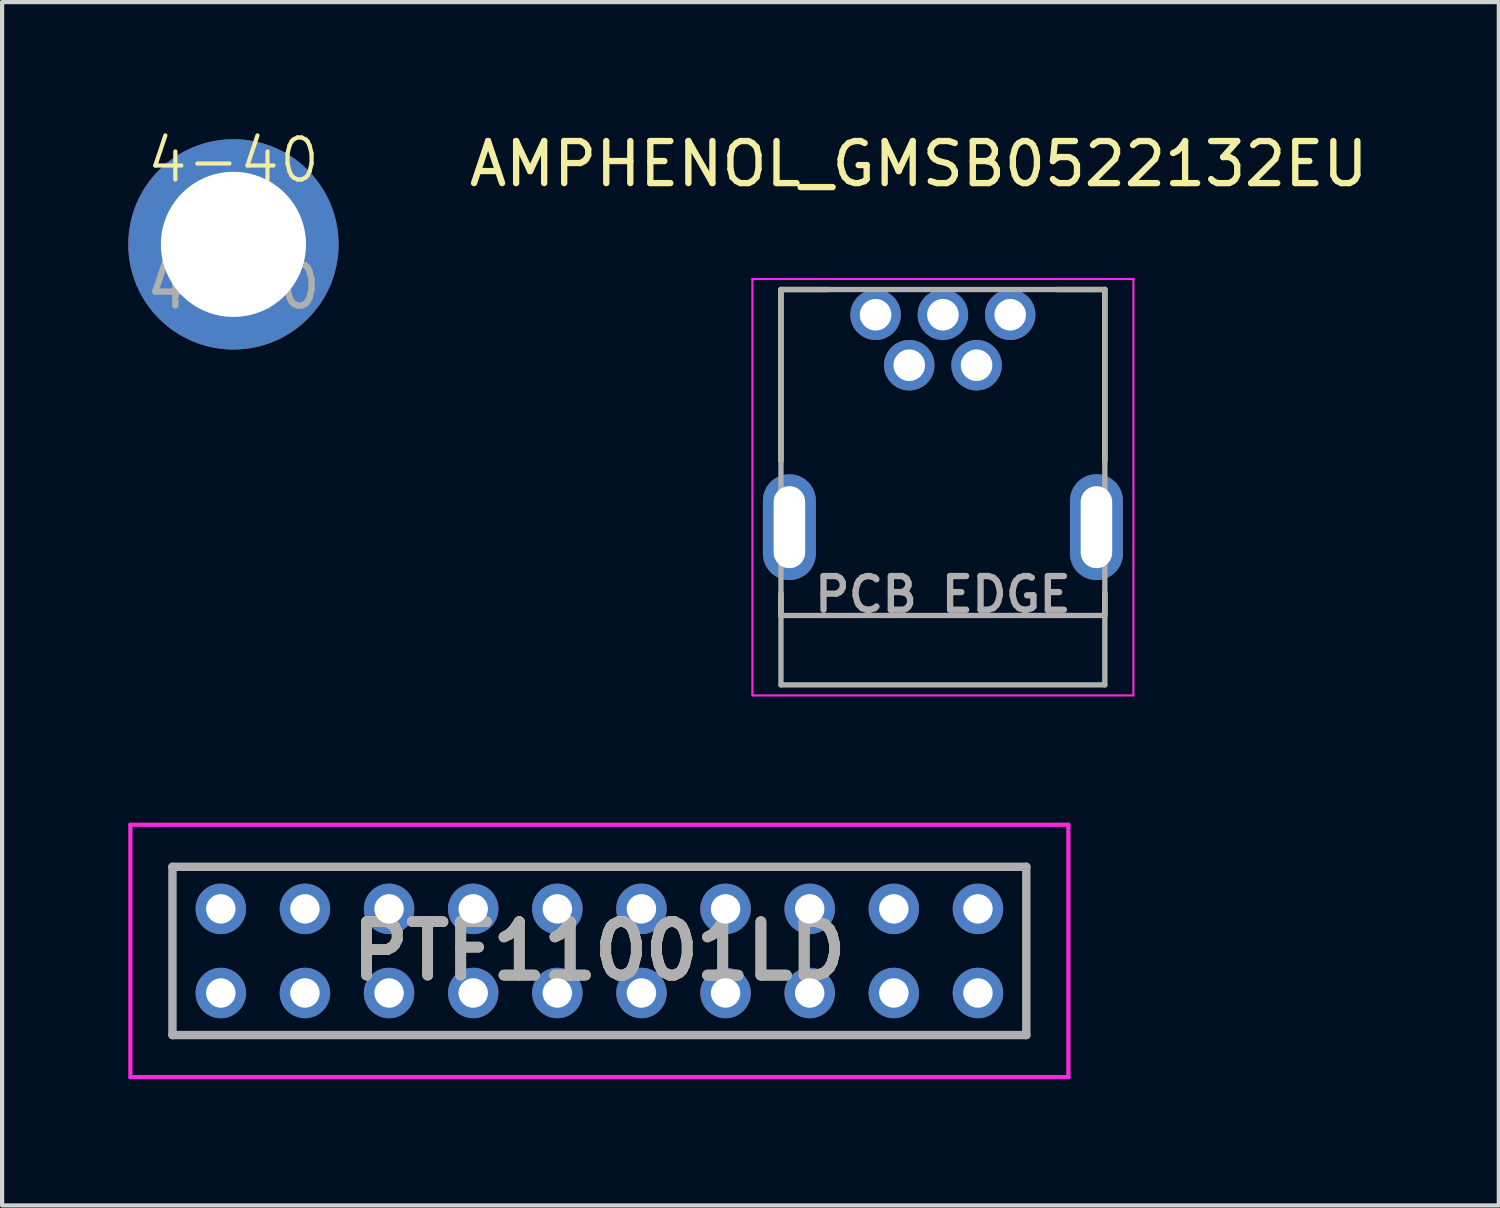
<source format=kicad_pcb>
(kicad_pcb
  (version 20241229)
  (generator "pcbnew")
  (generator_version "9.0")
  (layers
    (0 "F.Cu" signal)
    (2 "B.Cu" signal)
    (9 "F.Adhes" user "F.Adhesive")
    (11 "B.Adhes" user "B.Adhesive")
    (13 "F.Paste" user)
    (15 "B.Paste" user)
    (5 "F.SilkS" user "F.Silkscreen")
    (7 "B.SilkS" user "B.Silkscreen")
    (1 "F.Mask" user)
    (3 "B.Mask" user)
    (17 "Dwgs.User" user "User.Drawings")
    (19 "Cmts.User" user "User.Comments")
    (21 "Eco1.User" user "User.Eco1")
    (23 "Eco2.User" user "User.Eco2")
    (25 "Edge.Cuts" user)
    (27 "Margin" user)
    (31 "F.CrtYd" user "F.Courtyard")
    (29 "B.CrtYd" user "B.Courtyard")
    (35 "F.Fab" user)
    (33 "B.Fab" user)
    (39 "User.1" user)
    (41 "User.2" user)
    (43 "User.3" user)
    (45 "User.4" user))
  (footprint "PTF11001LD"
    (layer "F.Cu")
    (at 20.2 20.558)
    (property "Reference" "PTF11001LD" (at -9 -1 0) (layer "F.SilkS") (effects (font (size 1.27 1.27) (thickness 0.254))))
    (attr through_hole)
    (fp_line (start -19.15 -3) (end 1.15 -3) (stroke (width 0.1) (type solid)) (layer "F.SilkS"))
    (fp_line (start -19.15 1) (end -19.15 -3) (stroke (width 0.1) (type solid)) (layer "F.SilkS"))
    (fp_line (start 1.15 -3) (end 1.15 1) (stroke (width 0.1) (type solid)) (layer "F.SilkS"))
    (fp_line (start 1.15 1) (end -19.15 1) (stroke (width 0.1) (type solid)) (layer "F.SilkS"))
    (fp_line (start -20.15 -4) (end 2.15 -4) (stroke (width 0.1) (type solid)) (layer "F.CrtYd"))
    (fp_line (start -20.15 2) (end -20.15 -4) (stroke (width 0.1) (type solid)) (layer "F.CrtYd"))
    (fp_line (start 2.15 -4) (end 2.15 2) (stroke (width 0.1) (type solid)) (layer "F.CrtYd"))
    (fp_line (start 2.15 2) (end -20.15 2) (stroke (width 0.1) (type solid)) (layer "F.CrtYd"))
    (fp_line (start -19.15 -3) (end 1.15 -3) (stroke (width 0.2) (type solid)) (layer "F.Fab"))
    (fp_line (start -19.15 1) (end -19.15 -3) (stroke (width 0.2) (type solid)) (layer "F.Fab"))
    (fp_line (start 1.15 -3) (end 1.15 1) (stroke (width 0.2) (type solid)) (layer "F.Fab"))
    (fp_line (start 1.15 1) (end -19.15 1) (stroke (width 0.2) (type solid)) (layer "F.Fab"))
    (fp_text user "${REFERENCE}" (at -9 -1 0) (layer "F.Fab") (effects (font (size 1.27 1.27) (thickness 0.254))))
    (pad "1" thru_hole circle (at 0 0) (size 1.2 1.2) (drill 0.7) (layers "*.Cu" "*.Mask"))
    (pad "2" thru_hole circle (at 0 -2) (size 1.2 1.2) (drill 0.7) (layers "*.Cu" "*.Mask"))
    (pad "3" thru_hole circle (at -2 0) (size 1.2 1.2) (drill 0.7) (layers "*.Cu" "*.Mask"))
    (pad "4" thru_hole circle (at -2 -2) (size 1.2 1.2) (drill 0.7) (layers "*.Cu" "*.Mask"))
    (pad "5" thru_hole circle (at -4 0) (size 1.2 1.2) (drill 0.7) (layers "*.Cu" "*.Mask"))
    (pad "6" thru_hole circle (at -4 -2) (size 1.2 1.2) (drill 0.7) (layers "*.Cu" "*.Mask"))
    (pad "7" thru_hole circle (at -6 0) (size 1.2 1.2) (drill 0.7) (layers "*.Cu" "*.Mask"))
    (pad "8" thru_hole circle (at -6 -2) (size 1.2 1.2) (drill 0.7) (layers "*.Cu" "*.Mask"))
    (pad "9" thru_hole circle (at -8 0) (size 1.2 1.2) (drill 0.7) (layers "*.Cu" "*.Mask"))
    (pad "10" thru_hole circle (at -8 -2) (size 1.2 1.2) (drill 0.7) (layers "*.Cu" "*.Mask"))
    (pad "11" thru_hole circle (at -10 0) (size 1.2 1.2) (drill 0.7) (layers "*.Cu" "*.Mask"))
    (pad "12" thru_hole circle (at -10 -2) (size 1.2 1.2) (drill 0.7) (layers "*.Cu" "*.Mask"))
    (pad "13" thru_hole circle (at -12 0) (size 1.2 1.2) (drill 0.7) (layers "*.Cu" "*.Mask"))
    (pad "14" thru_hole circle (at -12 -2) (size 1.2 1.2) (drill 0.7) (layers "*.Cu" "*.Mask"))
    (pad "15" thru_hole circle (at -14 0) (size 1.2 1.2) (drill 0.7) (layers "*.Cu" "*.Mask"))
    (pad "16" thru_hole circle (at -14 -2) (size 1.2 1.2) (drill 0.7) (layers "*.Cu" "*.Mask"))
    (pad "17" thru_hole circle (at -16 0) (size 1.2 1.2) (drill 0.7) (layers "*.Cu" "*.Mask"))
    (pad "18" thru_hole circle (at -16 -2) (size 1.2 1.2) (drill 0.7) (layers "*.Cu" "*.Mask"))
    (pad "19" thru_hole circle (at -18 0) (size 1.2 1.2) (drill 0.7) (layers "*.Cu" "*.Mask"))
    (pad "20" thru_hole circle (at -18 -2) (size 1.2 1.2) (drill 0.7) (layers "*.Cu" "*.Mask")))
  (footprint "AMPHENOL_GMSB0522132EU"
    (layer "F.Cu")
    (at 19.367 9.483)
    (property "Reference" "AMPHENOL_GMSB0522132EU" (at -0.575 -8.635 0) (layer "F.SilkS") (effects (font (size 1 1) (thickness 0.15))))
    (attr through_hole)
    (fp_line (start -3.85 -5.65) (end -2.72 -5.65) (stroke (width 0.127) (type solid)) (layer "F.SilkS"))
    (fp_line (start -3.85 -1.578) (end -3.85 -5.65) (stroke (width 0.127) (type solid)) (layer "F.SilkS"))
    (fp_line (start -3.85 2.1) (end -3.85 1.578) (stroke (width 0.127) (type solid)) (layer "F.SilkS"))
    (fp_line (start 2.72 -5.65) (end 3.85 -5.65) (stroke (width 0.127) (type solid)) (layer "F.SilkS"))
    (fp_line (start 3.85 -5.65) (end 3.85 -1.578) (stroke (width 0.127) (type solid)) (layer "F.SilkS"))
    (fp_line (start 3.85 2.1) (end 3.85 1.578) (stroke (width 0.127) (type solid)) (layer "F.SilkS"))
    (fp_line (start -4.529 -5.9) (end 4.529 -5.9) (stroke (width 0.05) (type solid)) (layer "F.CrtYd"))
    (fp_line (start -4.529 4) (end -4.529 -5.9) (stroke (width 0.05) (type solid)) (layer "F.CrtYd"))
    (fp_line (start 4.529 -5.9) (end 4.529 4) (stroke (width 0.05) (type solid)) (layer "F.CrtYd"))
    (fp_line (start 4.529 4) (end -4.529 4) (stroke (width 0.05) (type solid)) (layer "F.CrtYd"))
    (fp_line (start -3.85 -5.65) (end 3.85 -5.65) (stroke (width 0.127) (type solid)) (layer "F.Fab"))
    (fp_line (start -3.85 2.1) (end -3.85 -5.65) (stroke (width 0.127) (type solid)) (layer "F.Fab"))
    (fp_line (start -3.85 2.1) (end 3.85 2.1) (stroke (width 0.127) (type solid)) (layer "F.Fab"))
    (fp_line (start -3.85 3.75) (end -3.85 2.1) (stroke (width 0.127) (type solid)) (layer "F.Fab"))
    (fp_line (start 3.85 -5.65) (end 3.85 3.75) (stroke (width 0.127) (type solid)) (layer "F.Fab"))
    (fp_line (start 3.85 3.75) (end -3.85 3.75) (stroke (width 0.127) (type solid)) (layer "F.Fab"))
    (fp_text user "PCB EDGE" (at 0 1.6 0) (layer "F.Fab") (effects (font (size 0.8 0.8) (thickness 0.15))))
    (pad "1" thru_hole circle (at -1.6 -5.05) (size 1.2 1.2) (drill 0.75) (layers "*.Cu" "*.Mask"))
    (pad "2" thru_hole circle (at -0.8 -3.85) (size 1.2 1.2) (drill 0.75) (layers "*.Cu" "*.Mask"))
    (pad "3" thru_hole circle (at 0 -5.05) (size 1.2 1.2) (drill 0.75) (layers "*.Cu" "*.Mask"))
    (pad "4" thru_hole circle (at 0.8 -3.85) (size 1.2 1.2) (drill 0.75) (layers "*.Cu" "*.Mask"))
    (pad "5" thru_hole circle (at 1.6 -5.05) (size 1.2 1.2) (drill 0.75) (layers "*.Cu" "*.Mask"))
    (pad "6" thru_hole oval (at -3.65 0) (size 1.258 2.516) (drill oval 0.75 1.95) (layers "*.Cu" "*.Mask"))
    (pad "6" thru_hole oval (at 3.65 0) (size 1.258 2.516) (drill oval 0.75 1.95) (layers "*.Cu" "*.Mask")))
  (footprint "4-40"
    (layer "F.Cu")
    (at 2.5 1.26)
    (property "Reference" "4-40" (at 0 -0.5 0) (unlocked yes) (layer "F.SilkS") (effects (font (size 1 1) (thickness 0.1))))
    (attr through_hole)
    (fp_text user "${REFERENCE}" (at 0 2.5 0) (unlocked yes) (layer "F.Fab") (effects (font (size 1 1) (thickness 0.15))))
    (pad "" thru_hole circle (at 0 1.5) (size 5 5) (drill 3.45) (layers "*.Cu" "*.Mask")))
  (gr_rect
    (start -3 -3)
    (end 32.583 25.608)
    (stroke (width 0.1) (type default))
    (fill no)
    (layer "Edge.Cuts")))
</source>
